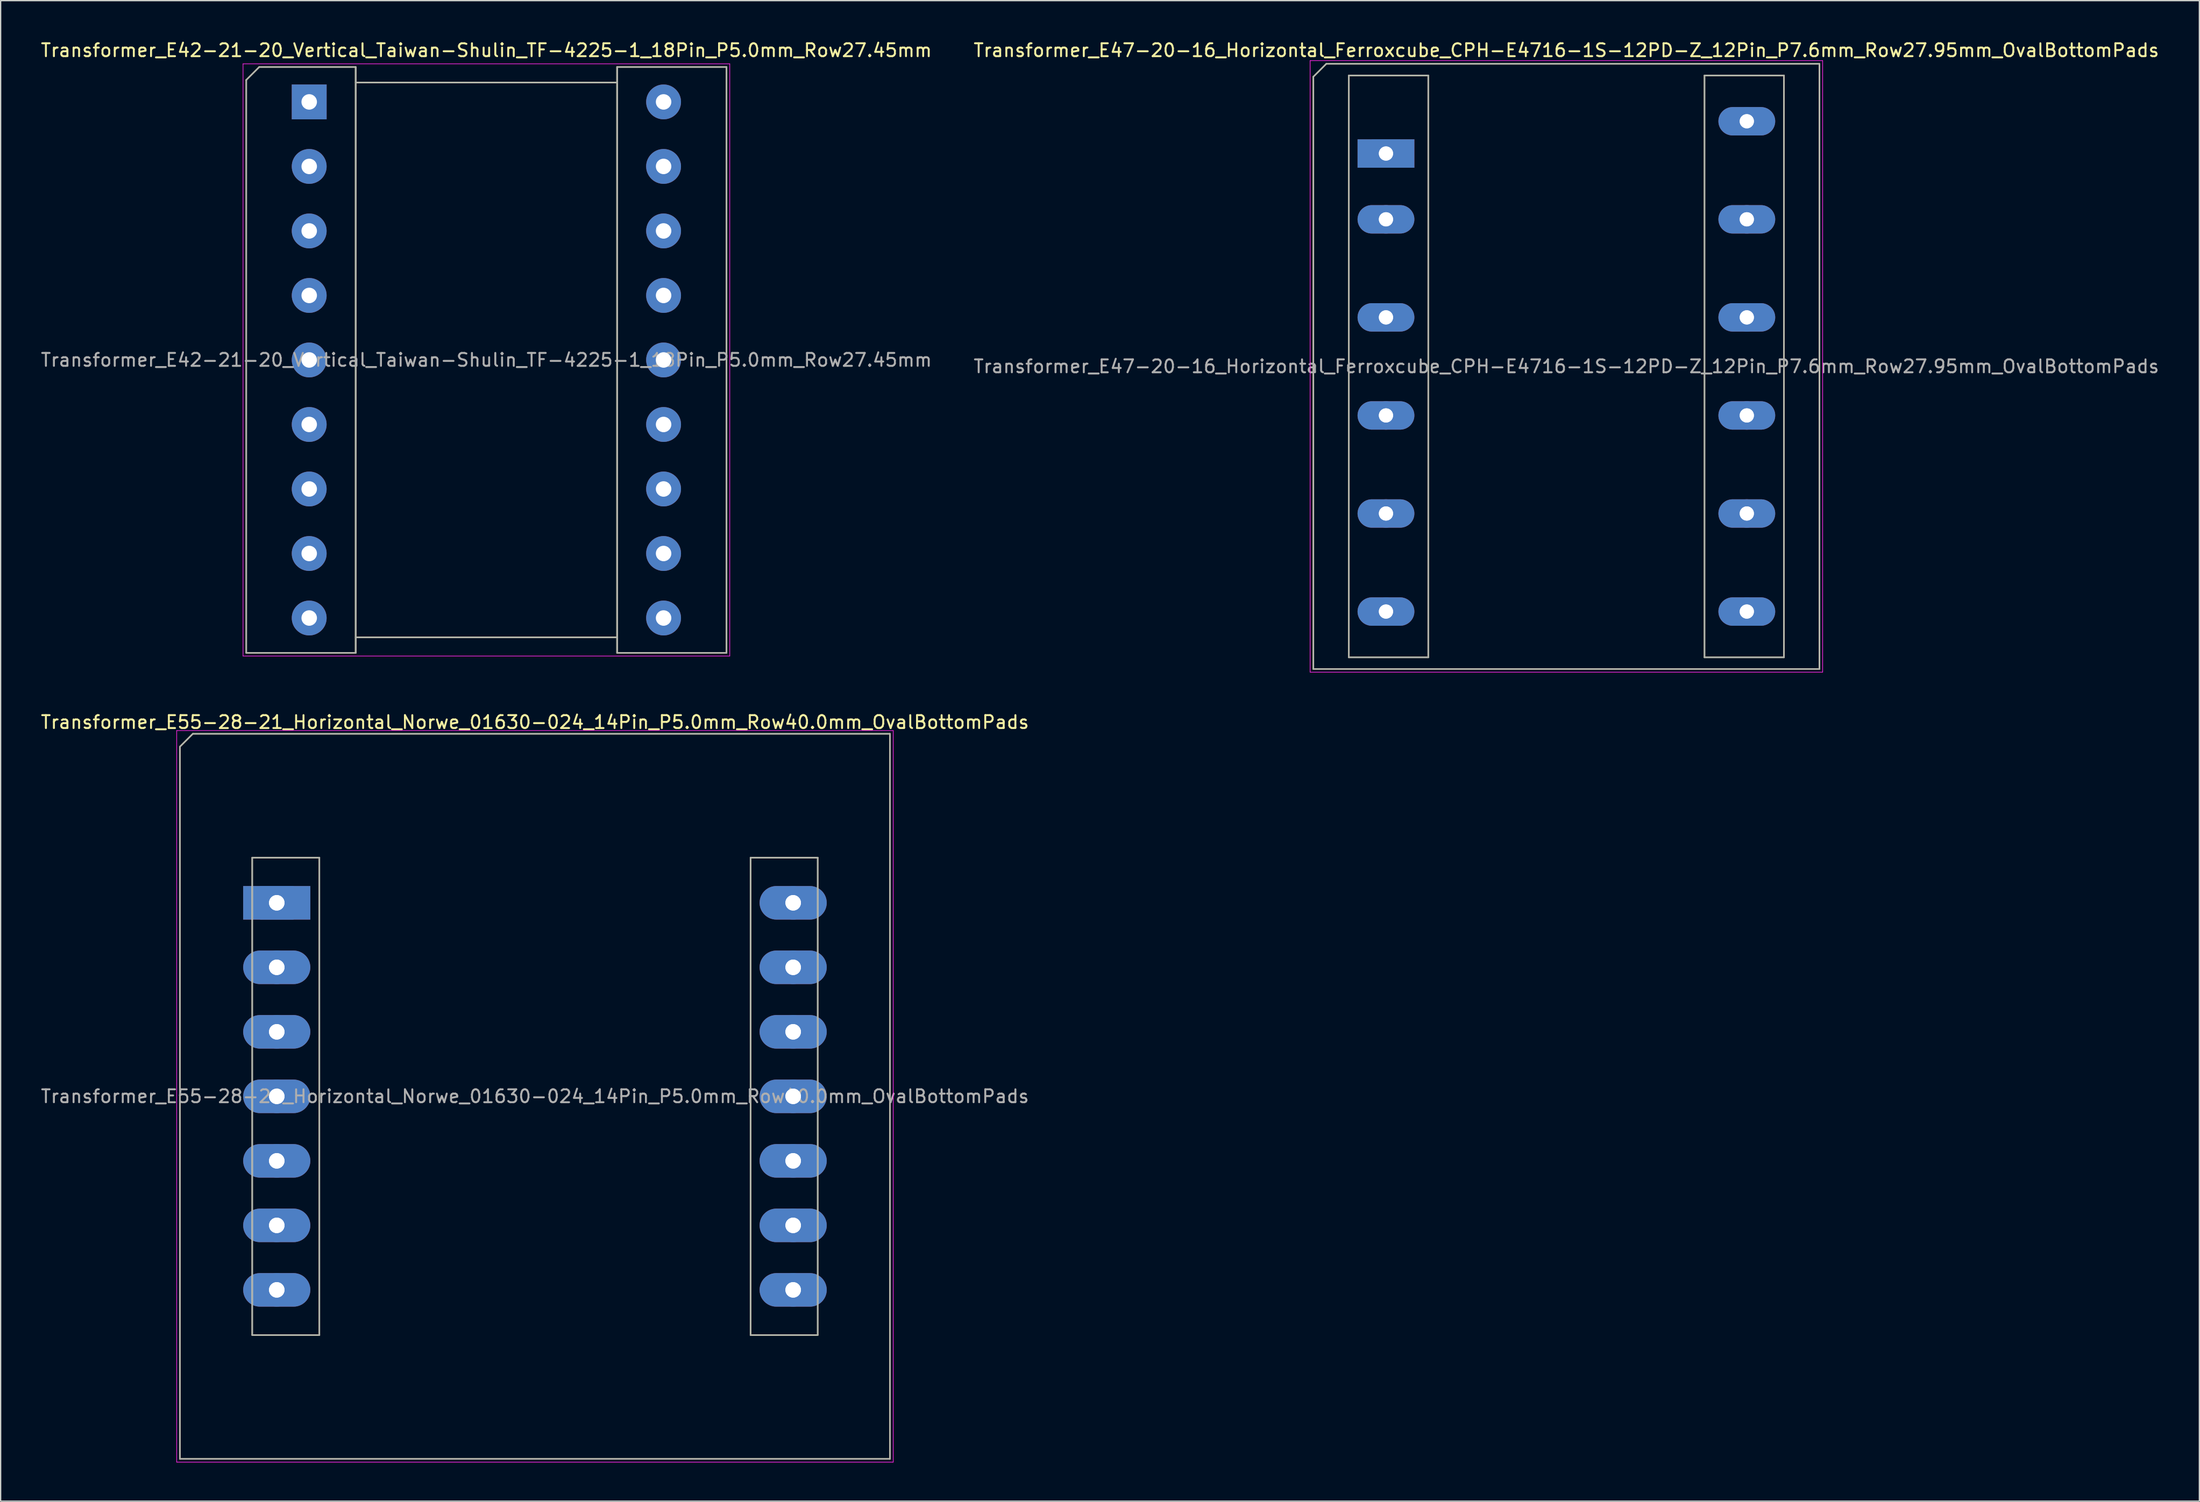
<source format=kicad_pcb>
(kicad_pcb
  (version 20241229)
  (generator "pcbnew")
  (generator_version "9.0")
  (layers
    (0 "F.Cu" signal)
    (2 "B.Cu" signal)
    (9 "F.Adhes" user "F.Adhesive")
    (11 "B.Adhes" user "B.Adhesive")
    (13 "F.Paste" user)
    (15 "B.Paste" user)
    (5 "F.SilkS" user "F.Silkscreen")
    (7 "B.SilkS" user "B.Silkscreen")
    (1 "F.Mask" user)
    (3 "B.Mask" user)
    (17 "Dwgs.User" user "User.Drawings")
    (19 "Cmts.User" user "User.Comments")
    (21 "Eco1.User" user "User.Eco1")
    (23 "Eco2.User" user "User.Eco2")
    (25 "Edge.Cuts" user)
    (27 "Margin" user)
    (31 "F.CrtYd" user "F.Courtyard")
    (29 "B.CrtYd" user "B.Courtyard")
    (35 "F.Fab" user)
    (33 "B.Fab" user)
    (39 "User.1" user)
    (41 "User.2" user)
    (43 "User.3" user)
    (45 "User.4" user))
  (footprint "Transformer_E47-20-16_Horizontal_Ferroxcube_CPH-E4716-1S-12PD-Z_12Pin_P7.6mm_Row27.95mm_OvalBottomPads"
    (layer "F.Cu")
    (at 104.305 8.848)
    (property "Reference" "Transformer_E47-20-16_Horizontal_Ferroxcube_CPH-E4716-1S-12PD-Z_12Pin_P7.6mm_Row27.95mm_OvalBottomPads" (at 13.975 -8 0) (layer "F.SilkS") (effects (font (size 1 1) (thickness 0.15))))
    (attr through_hole)
    (fp_line (start -5.625 39.95) (end -5.625 -5.95) (stroke (width 0.12) (type solid)) (layer "F.SilkS"))
    (fp_line (start -4.625 -6.95) (end -5.625 -5.95) (stroke (width 0.12) (type solid)) (layer "F.SilkS"))
    (fp_line (start -2.875 39.05) (end -2.875 -6.05) (stroke (width 0.12) (type solid)) (layer "F.SilkS"))
    (fp_line (start 3.275 -6.05) (end -2.875 -6.05) (stroke (width 0.12) (type solid)) (layer "F.SilkS"))
    (fp_line (start 3.275 39.05) (end -2.875 39.05) (stroke (width 0.12) (type solid)) (layer "F.SilkS"))
    (fp_line (start 3.275 39.05) (end 3.275 -6.05) (stroke (width 0.12) (type solid)) (layer "F.SilkS"))
    (fp_line (start 24.675 -6.05) (end 30.825 -6.05) (stroke (width 0.12) (type solid)) (layer "F.SilkS"))
    (fp_line (start 24.675 39.05) (end 24.675 -6.05) (stroke (width 0.12) (type solid)) (layer "F.SilkS"))
    (fp_line (start 24.675 39.05) (end 30.825 39.05) (stroke (width 0.12) (type solid)) (layer "F.SilkS"))
    (fp_line (start 30.825 39.05) (end 30.825 -6.05) (stroke (width 0.12) (type solid)) (layer "F.SilkS"))
    (fp_line (start 33.575 -6.95) (end -4.625 -6.95) (stroke (width 0.12) (type solid)) (layer "F.SilkS"))
    (fp_line (start 33.575 39.95) (end -5.625 39.95) (stroke (width 0.12) (type solid)) (layer "F.SilkS"))
    (fp_line (start 33.575 39.95) (end 33.575 -6.95) (stroke (width 0.12) (type solid)) (layer "F.SilkS"))
    (fp_line (start -5.875 40.2) (end -5.875 -7.2) (stroke (width 0.05) (type solid)) (layer "F.CrtYd"))
    (fp_line (start 33.825 -7.2) (end -5.875 -7.2) (stroke (width 0.05) (type solid)) (layer "F.CrtYd"))
    (fp_line (start 33.825 40.2) (end -5.875 40.2) (stroke (width 0.05) (type solid)) (layer "F.CrtYd"))
    (fp_line (start 33.825 40.2) (end 33.825 -7.2) (stroke (width 0.05) (type solid)) (layer "F.CrtYd"))
    (fp_line (start -5.625 39.95) (end -5.625 -5.95) (stroke (width 0.1) (type solid)) (layer "F.Fab"))
    (fp_line (start -4.625 -6.95) (end -5.625 -5.95) (stroke (width 0.1) (type solid)) (layer "F.Fab"))
    (fp_line (start -2.875 39.05) (end -2.875 -6.05) (stroke (width 0.1) (type solid)) (layer "F.Fab"))
    (fp_line (start 3.275 -6.05) (end -2.875 -6.05) (stroke (width 0.1) (type solid)) (layer "F.Fab"))
    (fp_line (start 3.275 39.05) (end -2.875 39.05) (stroke (width 0.1) (type solid)) (layer "F.Fab"))
    (fp_line (start 3.275 39.05) (end 3.275 -6.05) (stroke (width 0.1) (type solid)) (layer "F.Fab"))
    (fp_line (start 24.675 -6.05) (end 30.825 -6.05) (stroke (width 0.1) (type solid)) (layer "F.Fab"))
    (fp_line (start 24.675 39.05) (end 24.675 -6.05) (stroke (width 0.1) (type solid)) (layer "F.Fab"))
    (fp_line (start 24.675 39.05) (end 30.825 39.05) (stroke (width 0.1) (type solid)) (layer "F.Fab"))
    (fp_line (start 30.825 39.05) (end 30.825 -6.05) (stroke (width 0.1) (type solid)) (layer "F.Fab"))
    (fp_line (start 33.575 -6.95) (end -4.625 -6.95) (stroke (width 0.1) (type solid)) (layer "F.Fab"))
    (fp_line (start 33.575 39.95) (end -5.625 39.95) (stroke (width 0.1) (type solid)) (layer "F.Fab"))
    (fp_line (start 33.575 39.95) (end 33.575 -6.95) (stroke (width 0.1) (type solid)) (layer "F.Fab"))
    (fp_text user "${REFERENCE}" (at 13.975 16.5 0) (layer "F.Fab") (effects (font (size 1 1) (thickness 0.15))))
    (pad "1" thru_hole rect (at 0 0) (size 2.2 2.2) (drill 1.1) (layers "*.Cu" "*.Mask"))
    (pad "1" thru_hole rect (at 0 0) (size 4.4 2.2) (drill 1.1) (layers "B.Cu" "B.Mask"))
    (pad "2" thru_hole circle (at 0 5.1) (size 2.2 2.2) (drill 1.1) (layers "*.Cu" "*.Mask"))
    (pad "2" thru_hole oval (at 0 5.1) (size 4.4 2.2) (drill 1.1) (layers "B.Cu" "B.Mask"))
    (pad "3" thru_hole circle (at 0 12.7) (size 2.2 2.2) (drill 1.1) (layers "*.Cu" "*.Mask"))
    (pad "3" thru_hole oval (at 0 12.7) (size 4.4 2.2) (drill 1.1) (layers "B.Cu" "B.Mask"))
    (pad "4" thru_hole circle (at 0 20.3) (size 2.2 2.2) (drill 1.1) (layers "*.Cu" "*.Mask"))
    (pad "4" thru_hole oval (at 0 20.3) (size 4.4 2.2) (drill 1.1) (layers "B.Cu" "B.Mask"))
    (pad "5" thru_hole circle (at 0 27.9) (size 2.2 2.2) (drill 1.1) (layers "*.Cu" "*.Mask"))
    (pad "5" thru_hole oval (at 0 27.9) (size 4.4 2.2) (drill 1.1) (layers "B.Cu" "B.Mask"))
    (pad "6" thru_hole circle (at 0 35.5) (size 2.2 2.2) (drill 1.1) (layers "*.Cu" "*.Mask"))
    (pad "6" thru_hole oval (at 0 35.5) (size 4.4 2.2) (drill 1.1) (layers "B.Cu" "B.Mask"))
    (pad "7" thru_hole circle (at 27.95 35.5) (size 2.2 2.2) (drill 1.1) (layers "*.Cu" "*.Mask"))
    (pad "7" thru_hole oval (at 27.95 35.5) (size 4.4 2.2) (drill 1.1) (layers "B.Cu" "B.Mask"))
    (pad "8" thru_hole circle (at 27.95 27.9) (size 2.2 2.2) (drill 1.1) (layers "*.Cu" "*.Mask"))
    (pad "8" thru_hole oval (at 27.95 27.9) (size 4.4 2.2) (drill 1.1) (layers "B.Cu" "B.Mask"))
    (pad "9" thru_hole circle (at 27.95 20.3) (size 2.2 2.2) (drill 1.1) (layers "*.Cu" "*.Mask"))
    (pad "9" thru_hole oval (at 27.95 20.3) (size 4.4 2.2) (drill 1.1) (layers "B.Cu" "B.Mask"))
    (pad "10" thru_hole circle (at 27.95 12.7) (size 2.2 2.2) (drill 1.1) (layers "*.Cu" "*.Mask"))
    (pad "10" thru_hole oval (at 27.95 12.7) (size 4.4 2.2) (drill 1.1) (layers "B.Cu" "B.Mask"))
    (pad "11" thru_hole circle (at 27.95 5.1) (size 2.2 2.2) (drill 1.1) (layers "*.Cu" "*.Mask"))
    (pad "11" thru_hole oval (at 27.95 5.1) (size 4.4 2.2) (drill 1.1) (layers "B.Cu" "B.Mask"))
    (pad "12" thru_hole circle (at 27.95 -2.5) (size 2.2 2.2) (drill 1.1) (layers "*.Cu" "*.Mask"))
    (pad "12" thru_hole oval (at 27.95 -2.5) (size 4.4 2.2) (drill 1.1) (layers "B.Cu" "B.Mask")))
  (footprint "Transformer_E55-28-21_Horizontal_Norwe_01630-024_14Pin_P5.0mm_Row40.0mm_OvalBottomPads"
    (layer "F.Cu")
    (at 18.387 66.921)
    (property "Reference" "Transformer_E55-28-21_Horizontal_Norwe_01630-024_14Pin_P5.0mm_Row40.0mm_OvalBottomPads" (at 20 -14 0) (layer "F.SilkS") (effects (font (size 1 1) (thickness 0.15))))
    (attr through_hole)
    (fp_line (start -7.5 43.1) (end -7.5 -12.1) (stroke (width 0.12) (type solid)) (layer "F.SilkS"))
    (fp_line (start -6.5 -13.1) (end -7.5 -12.1) (stroke (width 0.12) (type solid)) (layer "F.SilkS"))
    (fp_line (start -1.9 33.5) (end -1.9 -3.5) (stroke (width 0.12) (type solid)) (layer "F.SilkS"))
    (fp_line (start 3.3 -3.5) (end -1.9 -3.5) (stroke (width 0.12) (type solid)) (layer "F.SilkS"))
    (fp_line (start 3.3 33.5) (end -1.9 33.5) (stroke (width 0.12) (type solid)) (layer "F.SilkS"))
    (fp_line (start 3.3 33.5) (end 3.3 -3.5) (stroke (width 0.12) (type solid)) (layer "F.SilkS"))
    (fp_line (start 36.7 33.5) (end 36.7 -3.5) (stroke (width 0.12) (type solid)) (layer "F.SilkS"))
    (fp_line (start 41.9 -3.5) (end 36.7 -3.5) (stroke (width 0.12) (type solid)) (layer "F.SilkS"))
    (fp_line (start 41.9 33.5) (end 36.7 33.5) (stroke (width 0.12) (type solid)) (layer "F.SilkS"))
    (fp_line (start 41.9 33.5) (end 41.9 -3.5) (stroke (width 0.12) (type solid)) (layer "F.SilkS"))
    (fp_line (start 47.5 -13.1) (end -6.5 -13.1) (stroke (width 0.12) (type solid)) (layer "F.SilkS"))
    (fp_line (start 47.5 43.1) (end -7.5 43.1) (stroke (width 0.12) (type solid)) (layer "F.SilkS"))
    (fp_line (start 47.5 43.1) (end 47.5 -13.1) (stroke (width 0.12) (type solid)) (layer "F.SilkS"))
    (fp_line (start -7.75 43.35) (end -7.75 -13.35) (stroke (width 0.05) (type solid)) (layer "F.CrtYd"))
    (fp_line (start 47.75 -13.35) (end -7.75 -13.35) (stroke (width 0.05) (type solid)) (layer "F.CrtYd"))
    (fp_line (start 47.75 43.35) (end -7.75 43.35) (stroke (width 0.05) (type solid)) (layer "F.CrtYd"))
    (fp_line (start 47.75 43.35) (end 47.75 -13.35) (stroke (width 0.05) (type solid)) (layer "F.CrtYd"))
    (fp_line (start -7.5 43.1) (end -7.5 -12.1) (stroke (width 0.1) (type solid)) (layer "F.Fab"))
    (fp_line (start -6.5 -13.1) (end -7.5 -12.1) (stroke (width 0.1) (type solid)) (layer "F.Fab"))
    (fp_line (start -1.9 33.5) (end -1.9 -3.5) (stroke (width 0.1) (type solid)) (layer "F.Fab"))
    (fp_line (start 3.3 -3.5) (end -1.9 -3.5) (stroke (width 0.1) (type solid)) (layer "F.Fab"))
    (fp_line (start 3.3 33.5) (end -1.9 33.5) (stroke (width 0.1) (type solid)) (layer "F.Fab"))
    (fp_line (start 3.3 33.5) (end 3.3 -3.5) (stroke (width 0.1) (type solid)) (layer "F.Fab"))
    (fp_line (start 36.7 33.5) (end 36.7 -3.5) (stroke (width 0.1) (type solid)) (layer "F.Fab"))
    (fp_line (start 41.9 -3.5) (end 36.7 -3.5) (stroke (width 0.1) (type solid)) (layer "F.Fab"))
    (fp_line (start 41.9 33.5) (end 36.7 33.5) (stroke (width 0.1) (type solid)) (layer "F.Fab"))
    (fp_line (start 41.9 33.5) (end 41.9 -3.5) (stroke (width 0.1) (type solid)) (layer "F.Fab"))
    (fp_line (start 47.5 -13.1) (end -6.5 -13.1) (stroke (width 0.1) (type solid)) (layer "F.Fab"))
    (fp_line (start 47.5 43.1) (end -7.5 43.1) (stroke (width 0.1) (type solid)) (layer "F.Fab"))
    (fp_line (start 47.5 43.1) (end 47.5 -13.1) (stroke (width 0.1) (type solid)) (layer "F.Fab"))
    (fp_text user "${REFERENCE}" (at 20 15 0) (layer "F.Fab") (effects (font (size 1 1) (thickness 0.15))))
    (pad "1" thru_hole rect (at 0 0) (size 2.6 2.6) (drill 1.2) (layers "*.Cu" "*.Mask"))
    (pad "1" thru_hole rect (at 0 0) (size 5.2 2.6) (drill 1.2) (layers "B.Cu" "B.Mask"))
    (pad "2" thru_hole circle (at 0 5) (size 2.6 2.6) (drill 1.2) (layers "*.Cu" "*.Mask"))
    (pad "2" thru_hole oval (at 0 5) (size 5.2 2.6) (drill 1.2) (layers "B.Cu" "B.Mask"))
    (pad "3" thru_hole circle (at 0 10) (size 2.6 2.6) (drill 1.2) (layers "*.Cu" "*.Mask"))
    (pad "3" thru_hole oval (at 0 10) (size 5.2 2.6) (drill 1.2) (layers "B.Cu" "B.Mask"))
    (pad "4" thru_hole circle (at 0 15) (size 2.6 2.6) (drill 1.2) (layers "*.Cu" "*.Mask"))
    (pad "4" thru_hole oval (at 0 15) (size 5.2 2.6) (drill 1.2) (layers "B.Cu" "B.Mask"))
    (pad "5" thru_hole circle (at 0 20) (size 2.6 2.6) (drill 1.2) (layers "*.Cu" "*.Mask"))
    (pad "5" thru_hole oval (at 0 20) (size 5.2 2.6) (drill 1.2) (layers "B.Cu" "B.Mask"))
    (pad "6" thru_hole circle (at 0 25) (size 2.6 2.6) (drill 1.2) (layers "*.Cu" "*.Mask"))
    (pad "6" thru_hole oval (at 0 25) (size 5.2 2.6) (drill 1.2) (layers "B.Cu" "B.Mask"))
    (pad "7" thru_hole circle (at 0 30) (size 2.6 2.6) (drill 1.2) (layers "*.Cu" "*.Mask"))
    (pad "7" thru_hole oval (at 0 30) (size 5.2 2.6) (drill 1.2) (layers "B.Cu" "B.Mask"))
    (pad "8" thru_hole circle (at 40 30) (size 2.6 2.6) (drill 1.2) (layers "*.Cu" "*.Mask"))
    (pad "8" thru_hole oval (at 40 30) (size 5.2 2.6) (drill 1.2) (layers "B.Cu" "B.Mask"))
    (pad "9" thru_hole circle (at 40 25) (size 2.6 2.6) (drill 1.2) (layers "*.Cu" "*.Mask"))
    (pad "9" thru_hole oval (at 40 25) (size 5.2 2.6) (drill 1.2) (layers "B.Cu" "B.Mask"))
    (pad "10" thru_hole circle (at 40 20) (size 2.6 2.6) (drill 1.2) (layers "*.Cu" "*.Mask"))
    (pad "10" thru_hole oval (at 40 20) (size 5.2 2.6) (drill 1.2) (layers "B.Cu" "B.Mask"))
    (pad "11" thru_hole circle (at 40 15) (size 2.6 2.6) (drill 1.2) (layers "*.Cu" "*.Mask"))
    (pad "11" thru_hole oval (at 40 15) (size 5.2 2.6) (drill 1.2) (layers "B.Cu" "B.Mask"))
    (pad "12" thru_hole circle (at 40 10) (size 2.6 2.6) (drill 1.2) (layers "*.Cu" "*.Mask"))
    (pad "12" thru_hole oval (at 40 10) (size 5.2 2.6) (drill 1.2) (layers "B.Cu" "B.Mask"))
    (pad "13" thru_hole circle (at 40 5) (size 2.6 2.6) (drill 1.2) (layers "*.Cu" "*.Mask"))
    (pad "13" thru_hole oval (at 40 5) (size 5.2 2.6) (drill 1.2) (layers "B.Cu" "B.Mask"))
    (pad "14" thru_hole circle (at 40 0) (size 2.6 2.6) (drill 1.2) (layers "*.Cu" "*.Mask"))
    (pad "14" thru_hole oval (at 40 0) (size 5.2 2.6) (drill 1.2) (layers "B.Cu" "B.Mask")))
  (footprint "Transformer_E42-21-20_Vertical_Taiwan-Shulin_TF-4225-1_18Pin_P5.0mm_Row27.45mm"
    (layer "F.Cu")
    (at 34.625 24.848)
    (property "Reference" "Transformer_E42-21-20_Vertical_Taiwan-Shulin_TF-4225-1_18Pin_P5.0mm_Row27.45mm" (at 0 -24 0) (layer "F.SilkS") (effects (font (size 1 1) (thickness 0.15))))
    (attr through_hole)
    (fp_line (start -18.6 22.7) (end -18.6 -21.7) (stroke (width 0.12) (type solid)) (layer "F.SilkS"))
    (fp_line (start -17.6 -22.7) (end -18.6 -21.7) (stroke (width 0.12) (type solid)) (layer "F.SilkS"))
    (fp_line (start -10.125 -22.7) (end -17.6 -22.7) (stroke (width 0.12) (type solid)) (layer "F.SilkS"))
    (fp_line (start -10.125 22.7) (end -18.6 22.7) (stroke (width 0.12) (type solid)) (layer "F.SilkS"))
    (fp_line (start -10.125 22.7) (end -10.125 -22.7) (stroke (width 0.12) (type solid)) (layer "F.SilkS"))
    (fp_line (start -10.125 22.7) (end -10.125 -22.7) (stroke (width 0.12) (type solid)) (layer "F.SilkS"))
    (fp_line (start 10.125 -21.5) (end -10.125 -21.5) (stroke (width 0.12) (type solid)) (layer "F.SilkS"))
    (fp_line (start 10.125 21.5) (end -10.125 21.5) (stroke (width 0.12) (type solid)) (layer "F.SilkS"))
    (fp_line (start 10.125 22.7) (end 10.125 -22.7) (stroke (width 0.12) (type solid)) (layer "F.SilkS"))
    (fp_line (start 10.125 22.7) (end 10.125 -22.7) (stroke (width 0.12) (type solid)) (layer "F.SilkS"))
    (fp_line (start 18.6 -22.7) (end 10.125 -22.7) (stroke (width 0.12) (type solid)) (layer "F.SilkS"))
    (fp_line (start 18.6 22.7) (end 10.125 22.7) (stroke (width 0.12) (type solid)) (layer "F.SilkS"))
    (fp_line (start 18.6 22.7) (end 18.6 -22.7) (stroke (width 0.12) (type solid)) (layer "F.SilkS"))
    (fp_line (start -18.85 -22.95) (end 18.85 -22.95) (stroke (width 0.05) (type solid)) (layer "F.CrtYd"))
    (fp_line (start -18.85 22.95) (end -18.85 -22.95) (stroke (width 0.05) (type solid)) (layer "F.CrtYd"))
    (fp_line (start -18.85 22.95) (end 18.85 22.95) (stroke (width 0.05) (type solid)) (layer "F.CrtYd"))
    (fp_line (start 18.85 22.95) (end 18.85 -22.95) (stroke (width 0.05) (type solid)) (layer "F.CrtYd"))
    (fp_line (start -18.6 22.7) (end -18.6 -21.7) (stroke (width 0.1) (type solid)) (layer "F.Fab"))
    (fp_line (start -17.6 -22.7) (end -18.6 -21.7) (stroke (width 0.1) (type solid)) (layer "F.Fab"))
    (fp_line (start -10.125 -22.7) (end -17.6 -22.7) (stroke (width 0.1) (type solid)) (layer "F.Fab"))
    (fp_line (start -10.125 22.7) (end -18.6 22.7) (stroke (width 0.1) (type solid)) (layer "F.Fab"))
    (fp_line (start -10.125 22.7) (end -10.125 -22.7) (stroke (width 0.1) (type solid)) (layer "F.Fab"))
    (fp_line (start -10.125 22.7) (end -10.125 -22.7) (stroke (width 0.1) (type solid)) (layer "F.Fab"))
    (fp_line (start 10.125 -21.5) (end -10.125 -21.5) (stroke (width 0.1) (type solid)) (layer "F.Fab"))
    (fp_line (start 10.125 21.5) (end -10.125 21.5) (stroke (width 0.1) (type solid)) (layer "F.Fab"))
    (fp_line (start 10.125 22.7) (end 10.125 -22.7) (stroke (width 0.1) (type solid)) (layer "F.Fab"))
    (fp_line (start 10.125 22.7) (end 10.125 -22.7) (stroke (width 0.1) (type solid)) (layer "F.Fab"))
    (fp_line (start 18.6 -22.7) (end 10.125 -22.7) (stroke (width 0.1) (type solid)) (layer "F.Fab"))
    (fp_line (start 18.6 22.7) (end 10.125 22.7) (stroke (width 0.1) (type solid)) (layer "F.Fab"))
    (fp_line (start 18.6 22.7) (end 18.6 -22.7) (stroke (width 0.1) (type solid)) (layer "F.Fab"))
    (fp_text user "${REFERENCE}" (at 0 0 0) (layer "F.Fab") (effects (font (size 1 1) (thickness 0.15))))
    (pad "1" thru_hole rect (at -13.725 -20) (size 2.7 2.7) (drill 1.2) (layers "*.Cu" "*.Mask"))
    (pad "2" thru_hole oval (at -13.725 -15) (size 2.7 2.7) (drill 1.2) (layers "*.Cu" "*.Mask"))
    (pad "3" thru_hole oval (at -13.725 -10) (size 2.7 2.7) (drill 1.2) (layers "*.Cu" "*.Mask"))
    (pad "4" thru_hole oval (at -13.725 -5) (size 2.7 2.7) (drill 1.2) (layers "*.Cu" "*.Mask"))
    (pad "5" thru_hole oval (at -13.725 0) (size 2.7 2.7) (drill 1.2) (layers "*.Cu" "*.Mask"))
    (pad "6" thru_hole oval (at -13.725 5) (size 2.7 2.7) (drill 1.2) (layers "*.Cu" "*.Mask"))
    (pad "7" thru_hole oval (at -13.725 10) (size 2.7 2.7) (drill 1.2) (layers "*.Cu" "*.Mask"))
    (pad "8" thru_hole oval (at -13.725 15) (size 2.7 2.7) (drill 1.2) (layers "*.Cu" "*.Mask"))
    (pad "9" thru_hole oval (at -13.725 20) (size 2.7 2.7) (drill 1.2) (layers "*.Cu" "*.Mask"))
    (pad "10" thru_hole oval (at 13.725 20) (size 2.7 2.7) (drill 1.2) (layers "*.Cu" "*.Mask"))
    (pad "11" thru_hole oval (at 13.725 15) (size 2.7 2.7) (drill 1.2) (layers "*.Cu" "*.Mask"))
    (pad "12" thru_hole oval (at 13.725 10) (size 2.7 2.7) (drill 1.2) (layers "*.Cu" "*.Mask"))
    (pad "13" thru_hole oval (at 13.725 5) (size 2.7 2.7) (drill 1.2) (layers "*.Cu" "*.Mask"))
    (pad "14" thru_hole oval (at 13.725 0) (size 2.7 2.7) (drill 1.2) (layers "*.Cu" "*.Mask"))
    (pad "15" thru_hole oval (at 13.725 -5) (size 2.7 2.7) (drill 1.2) (layers "*.Cu" "*.Mask"))
    (pad "16" thru_hole oval (at 13.725 -10) (size 2.7 2.7) (drill 1.2) (layers "*.Cu" "*.Mask"))
    (pad "17" thru_hole oval (at 13.725 -15) (size 2.7 2.7) (drill 1.2) (layers "*.Cu" "*.Mask"))
    (pad "18" thru_hole oval (at 13.725 -20) (size 2.7 2.7) (drill 1.2) (layers "*.Cu" "*.Mask")))
  (gr_rect
    (start -3 -3)
    (end 167.31 113.296)
    (stroke (width 0.1) (type default))
    (fill no)
    (layer "Edge.Cuts")))
</source>
